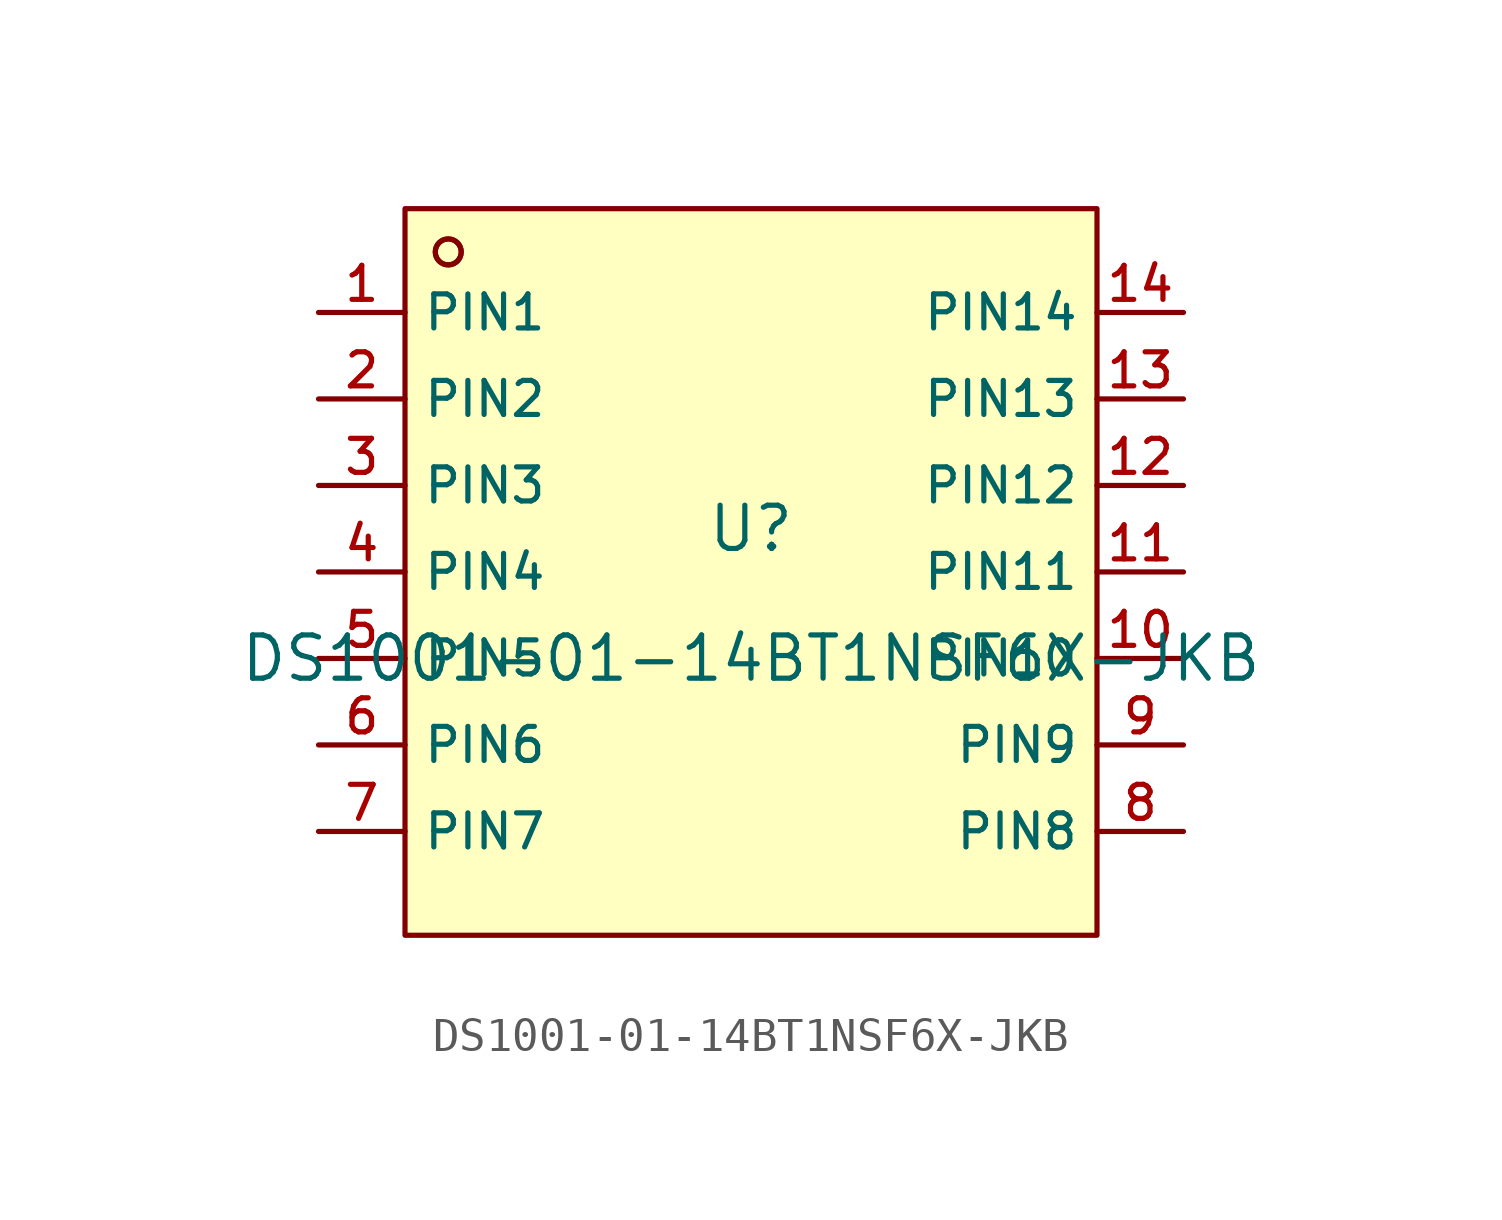
<source format=kicad_sym>
(kicad_symbol_lib
  (version 20210201)
  (generator TousstNicolas/JLC2KiCad_lib)
  (symbol "DS1001-01-14BT1NSF6X-JKB"
    (property "Reference" "U"
      (at 0 1.27 0)
      (effects (font (size 1.27 1.27))))
    (property "Value" "DS1001-01-14BT1NSF6X-JKB"
      (at 0 -2.54 0)
      (effects (font (size 1.27 1.27))))
    (symbol "DS1001-01-14BT1NSF6X-JKB_0_1"
      (circle (center -8.89 9.398) (radius 0.381) (stroke (width 0) (type default) (color 0 0 0 0)) (fill (type background)))
      (rectangle (start -10.16 10.668) (end 10.16 -10.668) (stroke (width 0) (type default) (color 0 0 0 0)) (fill (type background)))
      (circle (center -8.89 9.398) (radius 0.381) (stroke (width 0) (type default) (color 0 0 0 0)) (fill (type background)))
      (pin unspecified line (at -12.7 7.62 0) (length 2.54) (name "PIN1" (effects (font (size 1 1)))) (number "1" (effects (font (size 1 1)))))
      (pin unspecified line (at -12.7 5.08 0) (length 2.54) (name "PIN2" (effects (font (size 1 1)))) (number "2" (effects (font (size 1 1)))))
      (pin unspecified line (at -12.7 2.54 0) (length 2.54) (name "PIN3" (effects (font (size 1 1)))) (number "3" (effects (font (size 1 1)))))
      (pin unspecified line (at -12.7 -0.0 0) (length 2.54) (name "PIN4" (effects (font (size 1 1)))) (number "4" (effects (font (size 1 1)))))
      (pin unspecified line (at -12.7 -2.54 0) (length 2.54) (name "PIN5" (effects (font (size 1 1)))) (number "5" (effects (font (size 1 1)))))
      (pin unspecified line (at -12.7 -5.08 0) (length 2.54) (name "PIN6" (effects (font (size 1 1)))) (number "6" (effects (font (size 1 1)))))
      (pin unspecified line (at -12.7 -7.62 0) (length 2.54) (name "PIN7" (effects (font (size 1 1)))) (number "7" (effects (font (size 1 1)))))
      (pin unspecified line (at 12.7 -7.62 180) (length 2.54) (name "PIN8" (effects (font (size 1 1)))) (number "8" (effects (font (size 1 1)))))
      (pin unspecified line (at 12.7 -5.08 180) (length 2.54) (name "PIN9" (effects (font (size 1 1)))) (number "9" (effects (font (size 1 1)))))
      (pin unspecified line (at 12.7 -2.54 180) (length 2.54) (name "PIN10" (effects (font (size 1 1)))) (number "10" (effects (font (size 1 1)))))
      (pin unspecified line (at 12.7 -0.0 180) (length 2.54) (name "PIN11" (effects (font (size 1 1)))) (number "11" (effects (font (size 1 1)))))
      (pin unspecified line (at 12.7 2.54 180) (length 2.54) (name "PIN12" (effects (font (size 1 1)))) (number "12" (effects (font (size 1 1)))))
      (pin unspecified line (at 12.7 5.08 180) (length 2.54) (name "PIN13" (effects (font (size 1 1)))) (number "13" (effects (font (size 1 1)))))
      (pin unspecified line (at 12.7 7.62 180) (length 2.54) (name "PIN14" (effects (font (size 1 1)))) (number "14" (effects (font (size 1 1))))))))
</source>
